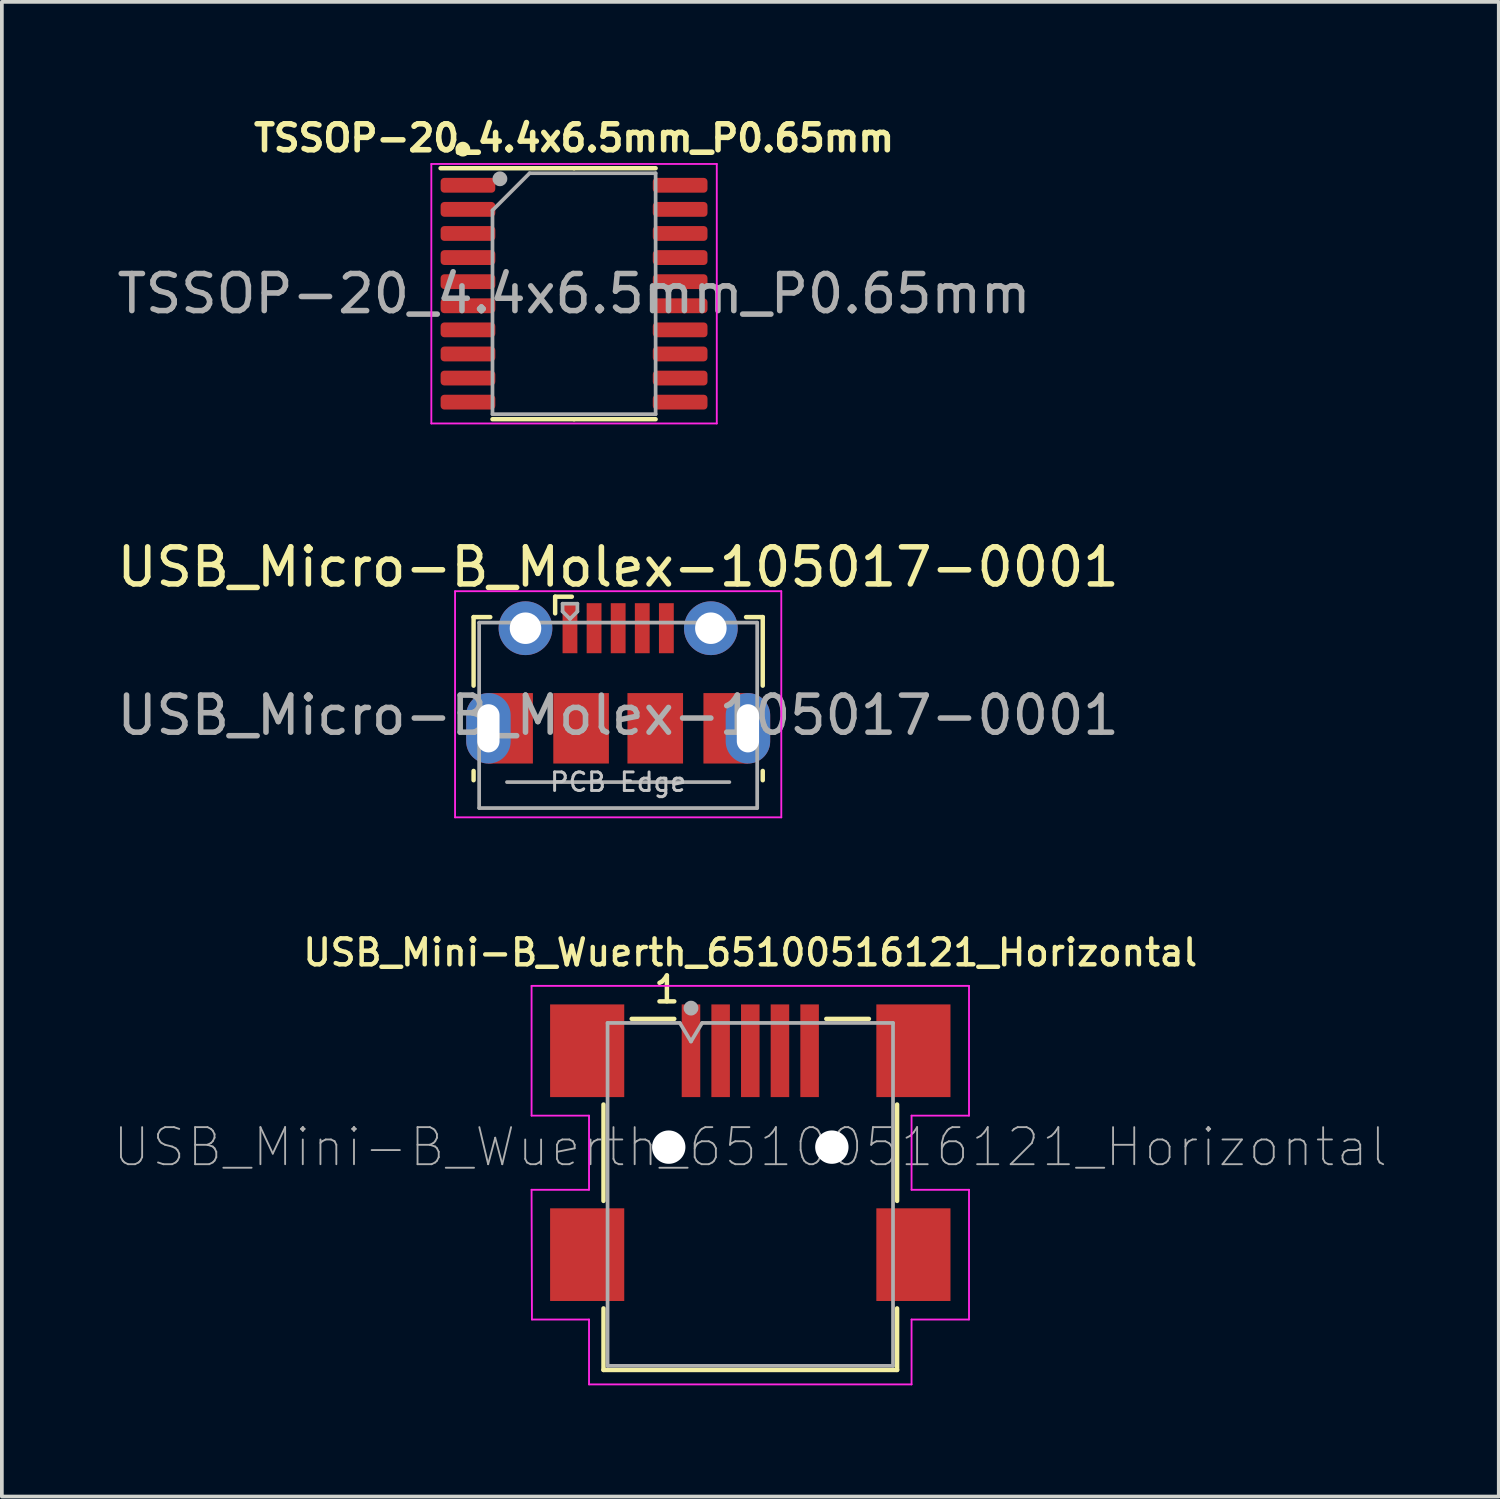
<source format=kicad_pcb>
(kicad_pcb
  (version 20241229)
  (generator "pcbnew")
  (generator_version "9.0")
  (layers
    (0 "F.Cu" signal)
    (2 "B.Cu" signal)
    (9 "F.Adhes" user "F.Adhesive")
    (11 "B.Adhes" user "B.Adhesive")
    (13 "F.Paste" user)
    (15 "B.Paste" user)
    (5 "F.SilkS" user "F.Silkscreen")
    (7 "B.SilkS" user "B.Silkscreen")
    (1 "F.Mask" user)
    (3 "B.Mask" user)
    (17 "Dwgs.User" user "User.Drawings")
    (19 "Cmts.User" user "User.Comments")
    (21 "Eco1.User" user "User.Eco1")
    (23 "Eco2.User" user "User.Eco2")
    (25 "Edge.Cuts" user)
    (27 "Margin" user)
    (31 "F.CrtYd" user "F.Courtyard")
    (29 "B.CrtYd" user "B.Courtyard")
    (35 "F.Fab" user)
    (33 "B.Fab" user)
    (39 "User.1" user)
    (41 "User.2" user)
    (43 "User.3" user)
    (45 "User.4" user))
  (footprint "TSSOP-20_4.4x6.5mm_P0.65mm"
    (layer "F.Cu")
    (at 12.435 4.873)
    (property "Reference" "TSSOP-20_4.4x6.5mm_P0.65mm" (at 0 -4.2 0) (layer "F.SilkS") (effects (font (size 0.7 0.7) (thickness 0.15))))
    (attr smd)
    (fp_line (start 0 -3.385) (end -3.6 -3.385) (stroke (width 0.12) (type solid)) (layer "F.SilkS"))
    (fp_line (start 0 -3.385) (end 2.2 -3.385) (stroke (width 0.12) (type solid)) (layer "F.SilkS"))
    (fp_line (start 0 3.385) (end -2.2 3.385) (stroke (width 0.12) (type solid)) (layer "F.SilkS"))
    (fp_line (start 0 3.385) (end 2.2 3.385) (stroke (width 0.12) (type solid)) (layer "F.SilkS"))
    (fp_circle (center -3 -3.9) (end -2.9 -3.9) (stroke (width 0.2) (type solid)) (fill no) (layer "F.SilkS"))
    (fp_line (start -3.85 -3.5) (end -3.85 3.5) (stroke (width 0.05) (type solid)) (layer "F.CrtYd"))
    (fp_line (start -3.85 3.5) (end 3.85 3.5) (stroke (width 0.05) (type solid)) (layer "F.CrtYd"))
    (fp_line (start 3.85 -3.5) (end -3.85 -3.5) (stroke (width 0.05) (type solid)) (layer "F.CrtYd"))
    (fp_line (start 3.85 3.5) (end 3.85 -3.5) (stroke (width 0.05) (type solid)) (layer "F.CrtYd"))
    (fp_line (start -2.2 -2.25) (end -1.2 -3.25) (stroke (width 0.1) (type solid)) (layer "F.Fab"))
    (fp_line (start -2.2 3.25) (end -2.2 -2.25) (stroke (width 0.1) (type solid)) (layer "F.Fab"))
    (fp_line (start -1.2 -3.25) (end 2.2 -3.25) (stroke (width 0.1) (type solid)) (layer "F.Fab"))
    (fp_line (start 2.2 -3.25) (end 2.2 3.25) (stroke (width 0.1) (type solid)) (layer "F.Fab"))
    (fp_line (start 2.2 3.25) (end -2.2 3.25) (stroke (width 0.1) (type solid)) (layer "F.Fab"))
    (fp_circle (center -2 -3.1) (end -1.9 -3.1) (stroke (width 0.2) (type solid)) (fill no) (layer "F.Fab"))
    (fp_text user "${REFERENCE}" (at 0 0 0) (layer "F.Fab") (effects (font (size 1 1) (thickness 0.15))))
    (pad "1" smd roundrect (at -2.862 -2.925) (size 1.475 0.4) (layers "F.Cu" "F.Mask" "F.Paste") (roundrect_rratio 0.25))
    (pad "2" smd roundrect (at -2.862 -2.275) (size 1.475 0.4) (layers "F.Cu" "F.Mask" "F.Paste") (roundrect_rratio 0.25))
    (pad "3" smd roundrect (at -2.862 -1.625) (size 1.475 0.4) (layers "F.Cu" "F.Mask" "F.Paste") (roundrect_rratio 0.25))
    (pad "4" smd roundrect (at -2.862 -0.975) (size 1.475 0.4) (layers "F.Cu" "F.Mask" "F.Paste") (roundrect_rratio 0.25))
    (pad "5" smd roundrect (at -2.862 -0.325) (size 1.475 0.4) (layers "F.Cu" "F.Mask" "F.Paste") (roundrect_rratio 0.25))
    (pad "6" smd roundrect (at -2.862 0.325) (size 1.475 0.4) (layers "F.Cu" "F.Mask" "F.Paste") (roundrect_rratio 0.25))
    (pad "7" smd roundrect (at -2.862 0.975) (size 1.475 0.4) (layers "F.Cu" "F.Mask" "F.Paste") (roundrect_rratio 0.25))
    (pad "8" smd roundrect (at -2.862 1.625) (size 1.475 0.4) (layers "F.Cu" "F.Mask" "F.Paste") (roundrect_rratio 0.25))
    (pad "9" smd roundrect (at -2.862 2.275) (size 1.475 0.4) (layers "F.Cu" "F.Mask" "F.Paste") (roundrect_rratio 0.25))
    (pad "10" smd roundrect (at -2.862 2.925) (size 1.475 0.4) (layers "F.Cu" "F.Mask" "F.Paste") (roundrect_rratio 0.25))
    (pad "11" smd roundrect (at 2.862 2.925) (size 1.475 0.4) (layers "F.Cu" "F.Mask" "F.Paste") (roundrect_rratio 0.25))
    (pad "12" smd roundrect (at 2.862 2.275) (size 1.475 0.4) (layers "F.Cu" "F.Mask" "F.Paste") (roundrect_rratio 0.25))
    (pad "13" smd roundrect (at 2.862 1.625) (size 1.475 0.4) (layers "F.Cu" "F.Mask" "F.Paste") (roundrect_rratio 0.25))
    (pad "14" smd roundrect (at 2.862 0.975) (size 1.475 0.4) (layers "F.Cu" "F.Mask" "F.Paste") (roundrect_rratio 0.25))
    (pad "15" smd roundrect (at 2.862 0.325) (size 1.475 0.4) (layers "F.Cu" "F.Mask" "F.Paste") (roundrect_rratio 0.25))
    (pad "16" smd roundrect (at 2.862 -0.325) (size 1.475 0.4) (layers "F.Cu" "F.Mask" "F.Paste") (roundrect_rratio 0.25))
    (pad "17" smd roundrect (at 2.862 -0.975) (size 1.475 0.4) (layers "F.Cu" "F.Mask" "F.Paste") (roundrect_rratio 0.25))
    (pad "18" smd roundrect (at 2.862 -1.625) (size 1.475 0.4) (layers "F.Cu" "F.Mask" "F.Paste") (roundrect_rratio 0.25))
    (pad "19" smd roundrect (at 2.862 -2.275) (size 1.475 0.4) (layers "F.Cu" "F.Mask" "F.Paste") (roundrect_rratio 0.25))
    (pad "20" smd roundrect (at 2.862 -2.925) (size 1.475 0.4) (layers "F.Cu" "F.Mask" "F.Paste") (roundrect_rratio 0.25)))
  (footprint "USB_Micro-B_Molex-105017-0001"
    (layer "F.Cu")
    (at 13.625 15.358)
    (property "Reference" "USB_Micro-B_Molex-105017-0001" (at 0 -3.112 0) (layer "F.SilkS") (effects (font (size 1 1) (thickness 0.15))))
    (attr smd)
    (fp_line (start -3.9 -1.762) (end -3.45 -1.762) (stroke (width 0.12) (type solid)) (layer "F.SilkS"))
    (fp_line (start -3.9 0.087) (end -3.9 -1.762) (stroke (width 0.12) (type solid)) (layer "F.SilkS"))
    (fp_line (start -3.9 2.638) (end -3.9 2.388) (stroke (width 0.12) (type solid)) (layer "F.SilkS"))
    (fp_line (start -1.7 -2.312) (end -1.7 -1.863) (stroke (width 0.12) (type solid)) (layer "F.SilkS"))
    (fp_line (start -1.7 -2.312) (end -1.25 -2.312) (stroke (width 0.12) (type solid)) (layer "F.SilkS"))
    (fp_line (start 3.9 -1.762) (end 3.45 -1.762) (stroke (width 0.12) (type solid)) (layer "F.SilkS"))
    (fp_line (start 3.9 0.087) (end 3.9 -1.762) (stroke (width 0.12) (type solid)) (layer "F.SilkS"))
    (fp_line (start 3.9 2.638) (end 3.9 2.388) (stroke (width 0.12) (type solid)) (layer "F.SilkS"))
    (fp_line (start -4.4 -2.46) (end 4.4 -2.46) (stroke (width 0.05) (type solid)) (layer "F.CrtYd"))
    (fp_line (start -4.4 3.64) (end -4.4 -2.46) (stroke (width 0.05) (type solid)) (layer "F.CrtYd"))
    (fp_line (start -4.4 3.64) (end 4.4 3.64) (stroke (width 0.05) (type solid)) (layer "F.CrtYd"))
    (fp_line (start 4.4 -2.46) (end 4.4 3.64) (stroke (width 0.05) (type solid)) (layer "F.CrtYd"))
    (fp_line (start -3.75 -1.613) (end 3.75 -1.613) (stroke (width 0.1) (type solid)) (layer "F.Fab"))
    (fp_line (start -3.75 3.388) (end -3.75 -1.613) (stroke (width 0.1) (type solid)) (layer "F.Fab"))
    (fp_line (start -3.75 3.389) (end 3.75 3.389) (stroke (width 0.1) (type solid)) (layer "F.Fab"))
    (fp_line (start -3 2.689) (end 3 2.689) (stroke (width 0.1) (type solid)) (layer "F.Fab"))
    (fp_line (start -1.5 -2.123) (end -1.5 -1.913) (stroke (width 0.1) (type solid)) (layer "F.Fab"))
    (fp_line (start -1.5 -2.123) (end -1.1 -2.123) (stroke (width 0.1) (type solid)) (layer "F.Fab"))
    (fp_line (start -1.3 -1.712) (end -1.5 -1.913) (stroke (width 0.1) (type solid)) (layer "F.Fab"))
    (fp_line (start -1.1 -2.123) (end -1.1 -1.913) (stroke (width 0.1) (type solid)) (layer "F.Fab"))
    (fp_line (start -1.1 -1.913) (end -1.3 -1.712) (stroke (width 0.1) (type solid)) (layer "F.Fab"))
    (fp_line (start 3.75 3.388) (end 3.75 -1.613) (stroke (width 0.1) (type solid)) (layer "F.Fab"))
    (fp_text user "PCB Edge" (at 0 2.688 0) (layer "Dwgs.User") (effects (font (size 0.5 0.5) (thickness 0.08))))
    (fp_text user "${REFERENCE}" (at 0 0.887 0) (layer "F.Fab") (effects (font (size 1 1) (thickness 0.15))))
    (pad "1" smd rect (at -1.3 -1.462) (size 0.4 1.35) (layers "F.Cu" "F.Mask" "F.Paste"))
    (pad "2" smd rect (at -0.65 -1.462) (size 0.4 1.35) (layers "F.Cu" "F.Mask" "F.Paste"))
    (pad "3" smd rect (at 0 -1.462) (size 0.4 1.35) (layers "F.Cu" "F.Mask" "F.Paste"))
    (pad "4" smd rect (at 0.65 -1.462) (size 0.4 1.35) (layers "F.Cu" "F.Mask" "F.Paste"))
    (pad "5" smd rect (at 1.3 -1.462) (size 0.4 1.35) (layers "F.Cu" "F.Mask" "F.Paste"))
    (pad "6" thru_hole oval (at -3.5 1.238 180) (size 1.2 1.9) (drill oval 0.6 1.3) (layers "*.Cu" "*.Mask"))
    (pad "6" smd rect (at -2.9 1.238) (size 1.2 1.9) (layers "F.Cu" "F.Mask"))
    (pad "6" thru_hole circle (at -2.5 -1.462) (size 1.45 1.45) (drill 0.85) (layers "*.Cu" "*.Mask"))
    (pad "6" smd rect (at -1 1.238) (size 1.5 1.9) (layers "F.Cu" "F.Mask" "F.Paste"))
    (pad "6" smd rect (at 1 1.238) (size 1.5 1.9) (layers "F.Cu" "F.Mask" "F.Paste"))
    (pad "6" thru_hole circle (at 2.5 -1.462) (size 1.45 1.45) (drill 0.85) (layers "*.Cu" "*.Mask"))
    (pad "6" smd rect (at 2.9 1.238) (size 1.2 1.9) (layers "F.Cu" "F.Mask"))
    (pad "6" thru_hole oval (at 3.5 1.238) (size 1.2 1.9) (drill oval 0.6 1.3) (layers "*.Cu" "*.Mask")))
  (footprint "USB_Mini-B_Wuerth_65100516121_Horizontal"
    (layer "F.Cu")
    (at 17.189 27.894)
    (property "Reference" "USB_Mini-B_Wuerth_65100516121_Horizontal" (at 0 -5.25 0) (layer "F.SilkS") (effects (font (size 0.7 0.7) (thickness 0.12))))
    (attr smd)
    (fp_line (start -3.96 1.45) (end -3.96 -1.15) (stroke (width 0.12) (type solid)) (layer "F.SilkS"))
    (fp_line (start -3.96 4.35) (end -3.96 6.01) (stroke (width 0.12) (type solid)) (layer "F.SilkS"))
    (fp_line (start -3.96 6.01) (end 3.96 6.01) (stroke (width 0.12) (type solid)) (layer "F.SilkS"))
    (fp_line (start -3.2 -3.46) (end -2.05 -3.46) (stroke (width 0.12) (type solid)) (layer "F.SilkS"))
    (fp_line (start 2.05 -3.46) (end 3.2 -3.46) (stroke (width 0.12) (type solid)) (layer "F.SilkS"))
    (fp_line (start 3.96 -1.15) (end 3.96 1.45) (stroke (width 0.12) (type solid)) (layer "F.SilkS"))
    (fp_line (start 3.96 6.01) (end 3.96 4.35) (stroke (width 0.12) (type solid)) (layer "F.SilkS"))
    (fp_line (start -5.9 -4.35) (end 5.9 -4.35) (stroke (width 0.05) (type solid)) (layer "F.CrtYd"))
    (fp_line (start -5.9 -0.85) (end -5.9 -4.35) (stroke (width 0.05) (type solid)) (layer "F.CrtYd"))
    (fp_line (start -5.9 1.15) (end -4.35 1.15) (stroke (width 0.05) (type solid)) (layer "F.CrtYd"))
    (fp_line (start -5.89 4.65) (end -5.9 1.15) (stroke (width 0.05) (type solid)) (layer "F.CrtYd"))
    (fp_line (start -4.35 -0.85) (end -5.9 -0.85) (stroke (width 0.05) (type solid)) (layer "F.CrtYd"))
    (fp_line (start -4.35 1.15) (end -4.35 -0.85) (stroke (width 0.05) (type solid)) (layer "F.CrtYd"))
    (fp_line (start -4.35 4.65) (end -5.89 4.65) (stroke (width 0.05) (type solid)) (layer "F.CrtYd"))
    (fp_line (start -4.35 6.4) (end -4.35 4.65) (stroke (width 0.05) (type solid)) (layer "F.CrtYd"))
    (fp_line (start 4.35 -0.85) (end 4.35 1.15) (stroke (width 0.05) (type solid)) (layer "F.CrtYd"))
    (fp_line (start 4.35 1.15) (end 5.9 1.15) (stroke (width 0.05) (type solid)) (layer "F.CrtYd"))
    (fp_line (start 4.35 4.65) (end 4.35 6.4) (stroke (width 0.05) (type solid)) (layer "F.CrtYd"))
    (fp_line (start 4.35 6.4) (end -4.35 6.4) (stroke (width 0.05) (type solid)) (layer "F.CrtYd"))
    (fp_line (start 5.9 -4.35) (end 5.9 -0.85) (stroke (width 0.05) (type solid)) (layer "F.CrtYd"))
    (fp_line (start 5.9 -0.85) (end 4.35 -0.85) (stroke (width 0.05) (type solid)) (layer "F.CrtYd"))
    (fp_line (start 5.9 1.15) (end 5.9 4.65) (stroke (width 0.05) (type solid)) (layer "F.CrtYd"))
    (fp_line (start 5.9 4.65) (end 4.35 4.65) (stroke (width 0.05) (type solid)) (layer "F.CrtYd"))
    (fp_line (start -3.85 -3.35) (end -1.9 -3.35) (stroke (width 0.1) (type solid)) (layer "F.Fab"))
    (fp_line (start -3.85 5.9) (end -3.85 -3.35) (stroke (width 0.1) (type solid)) (layer "F.Fab"))
    (fp_line (start -1.9 -3.35) (end -1.6 -2.85) (stroke (width 0.1) (type solid)) (layer "F.Fab"))
    (fp_line (start -1.6 -2.85) (end -1.3 -3.35) (stroke (width 0.1) (type solid)) (layer "F.Fab"))
    (fp_line (start -1.3 -3.35) (end 3.85 -3.35) (stroke (width 0.1) (type solid)) (layer "F.Fab"))
    (fp_line (start 3.85 -3.35) (end 3.85 5.9) (stroke (width 0.1) (type solid)) (layer "F.Fab"))
    (fp_line (start 3.85 5.9) (end -3.85 5.9) (stroke (width 0.1) (type solid)) (layer "F.Fab"))
    (fp_circle (center -1.6 -3.75) (end -1.5 -3.75) (stroke (width 0.2) (type solid)) (fill no) (layer "F.Fab"))
    (fp_text user "1" (at -2.25 -4.25 0) (layer "F.SilkS") (effects (font (size 0.7 0.7) (thickness 0.12))))
    (fp_text user "${REFERENCE}" (at 0 0 0) (layer "F.Fab") (effects (font (size 1 1) (thickness 0.05))))
    (pad "" np_thru_hole circle (at -2.2 0) (size 0.9 0.9) (drill 0.9) (layers "*.Cu" "*.Mask"))
    (pad "" np_thru_hole circle (at 2.2 0) (size 0.9 0.9) (drill 0.9) (layers "*.Cu" "*.Mask"))
    (pad "1" smd rect (at -1.6 -2.6) (size 0.5 2.5) (layers "F.Cu" "F.Mask" "F.Paste"))
    (pad "2" smd rect (at -0.8 -2.6) (size 0.5 2.5) (layers "F.Cu" "F.Mask" "F.Paste"))
    (pad "3" smd rect (at 0 -2.6) (size 0.5 2.5) (layers "F.Cu" "F.Mask" "F.Paste"))
    (pad "4" smd rect (at 0.8 -2.6) (size 0.5 2.5) (layers "F.Cu" "F.Mask" "F.Paste"))
    (pad "5" smd rect (at 1.6 -2.6) (size 0.5 2.5) (layers "F.Cu" "F.Mask" "F.Paste"))
    (pad "6" smd rect (at -4.4 -2.6) (size 2 2.5) (layers "F.Cu" "F.Mask" "F.Paste"))
    (pad "6" smd rect (at -4.4 2.9) (size 2 2.5) (layers "F.Cu" "F.Mask" "F.Paste"))
    (pad "6" smd rect (at 4.4 -2.6) (size 2 2.5) (layers "F.Cu" "F.Mask" "F.Paste"))
    (pad "6" smd rect (at 4.4 2.9) (size 2 2.5) (layers "F.Cu" "F.Mask" "F.Paste")))
  (gr_rect
    (start -3 -3)
    (end 37.379 37.319)
    (stroke (width 0.1) (type default))
    (fill no)
    (layer "Edge.Cuts")))
</source>
